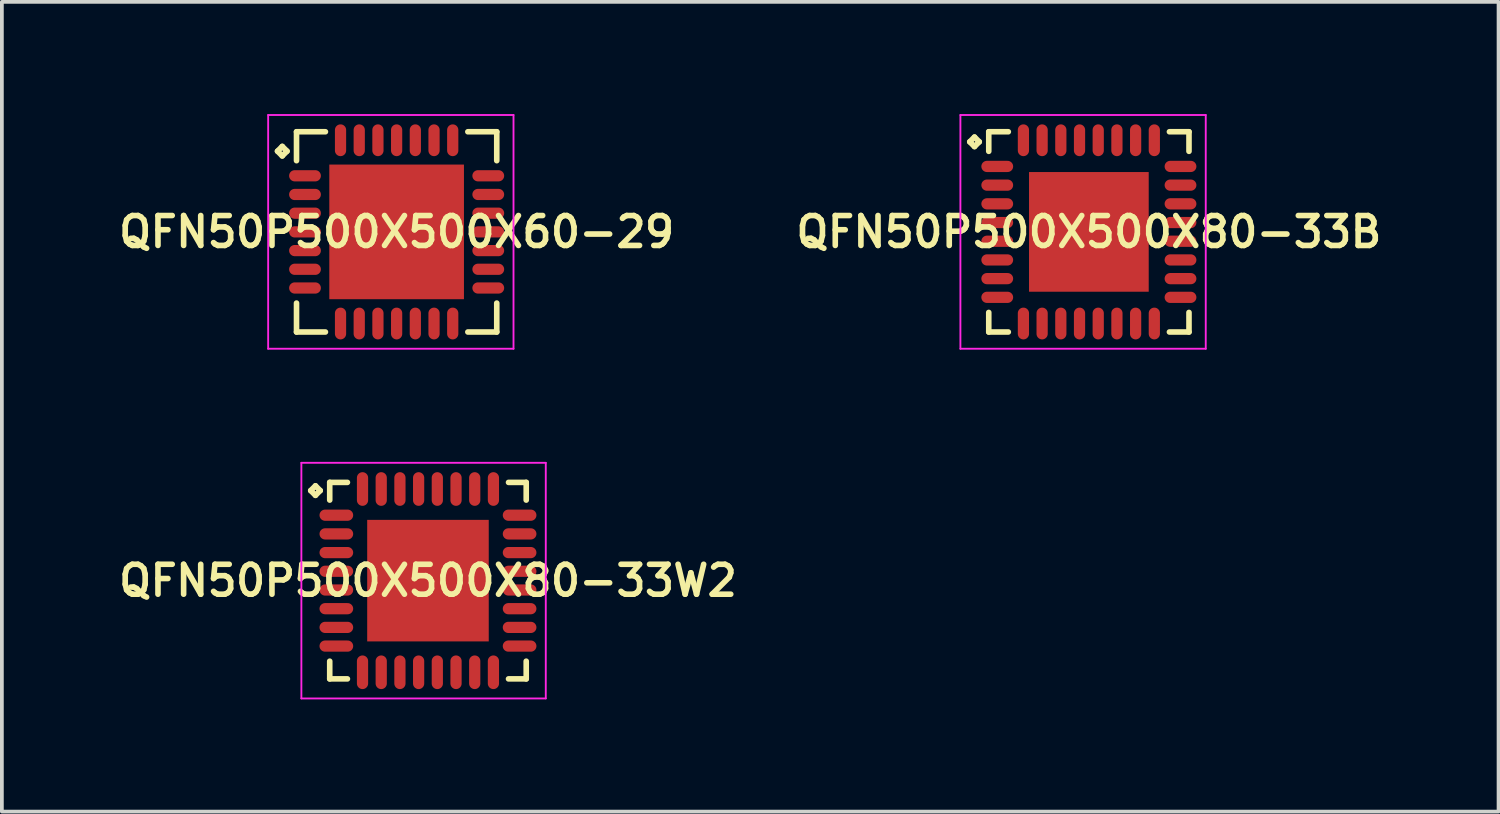
<source format=kicad_pcb>
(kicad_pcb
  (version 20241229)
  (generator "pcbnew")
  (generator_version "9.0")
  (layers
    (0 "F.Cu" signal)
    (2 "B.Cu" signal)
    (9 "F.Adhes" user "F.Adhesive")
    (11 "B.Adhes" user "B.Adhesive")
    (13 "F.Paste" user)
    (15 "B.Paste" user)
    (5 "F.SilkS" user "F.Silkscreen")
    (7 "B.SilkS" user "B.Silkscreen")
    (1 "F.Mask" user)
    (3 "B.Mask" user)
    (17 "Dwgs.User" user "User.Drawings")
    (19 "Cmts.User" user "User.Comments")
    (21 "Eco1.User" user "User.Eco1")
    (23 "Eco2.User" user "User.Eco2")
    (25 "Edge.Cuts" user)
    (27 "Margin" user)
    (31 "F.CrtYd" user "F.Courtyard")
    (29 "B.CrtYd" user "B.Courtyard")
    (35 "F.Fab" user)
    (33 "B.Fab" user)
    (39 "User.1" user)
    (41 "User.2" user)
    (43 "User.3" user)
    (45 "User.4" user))
  (footprint "QFN50P500X500X60-29"
    (layer "F.Cu")
    (at 7.555 3.15)
    (property "Reference" "QFN50P500X500X60-29" (at 0 0 0) (layer "F.SilkS") (effects (font (size 0.8 0.8) (thickness 0.15))))
    (attr smd)
    (fp_line (start -3.185 -2.158) (end -3.058 -2.285) (stroke (width 0.15) (type solid)) (layer "F.SilkS"))
    (fp_line (start -3.058 -2.285) (end -2.931 -2.158) (stroke (width 0.15) (type solid)) (layer "F.SilkS"))
    (fp_line (start -3.058 -2.031) (end -3.185 -2.158) (stroke (width 0.15) (type solid)) (layer "F.SilkS"))
    (fp_line (start -2.931 -2.158) (end -3.058 -2.031) (stroke (width 0.15) (type solid)) (layer "F.SilkS"))
    (fp_line (start -2.677 -2.677) (end -1.904 -2.677) (stroke (width 0.15) (type solid)) (layer "F.SilkS"))
    (fp_line (start -2.677 -1.904) (end -2.677 -2.677) (stroke (width 0.15) (type solid)) (layer "F.SilkS"))
    (fp_line (start -2.677 1.904) (end -2.677 2.677) (stroke (width 0.15) (type solid)) (layer "F.SilkS"))
    (fp_line (start -2.677 2.677) (end -1.904 2.677) (stroke (width 0.15) (type solid)) (layer "F.SilkS"))
    (fp_line (start 1.904 -2.677) (end 2.677 -2.677) (stroke (width 0.15) (type solid)) (layer "F.SilkS"))
    (fp_line (start 1.904 2.677) (end 2.677 2.677) (stroke (width 0.15) (type solid)) (layer "F.SilkS"))
    (fp_line (start 2.677 -2.677) (end 2.677 -1.904) (stroke (width 0.15) (type solid)) (layer "F.SilkS"))
    (fp_line (start 2.677 2.677) (end 2.677 1.904) (stroke (width 0.15) (type solid)) (layer "F.SilkS"))
    (fp_line (start -3.435 -3.125) (end 3.125 -3.125) (stroke (width 0.05) (type solid)) (layer "F.CrtYd"))
    (fp_line (start -3.435 3.125) (end -3.435 -3.125) (stroke (width 0.05) (type solid)) (layer "F.CrtYd"))
    (fp_line (start 3.125 -3.125) (end 3.125 3.125) (stroke (width 0.05) (type solid)) (layer "F.CrtYd"))
    (fp_line (start 3.125 3.125) (end -3.435 3.125) (stroke (width 0.05) (type solid)) (layer "F.CrtYd"))
    (pad "1" smd oval (at -2.45 -1.5) (size 0.85 0.3) (layers "F.Cu" "F.Mask" "F.Paste"))
    (pad "2" smd oval (at -2.45 -1) (size 0.85 0.3) (layers "F.Cu" "F.Mask" "F.Paste"))
    (pad "3" smd oval (at -2.45 -0.5) (size 0.85 0.3) (layers "F.Cu" "F.Mask" "F.Paste"))
    (pad "4" smd oval (at -2.45 0) (size 0.85 0.3) (layers "F.Cu" "F.Mask" "F.Paste"))
    (pad "5" smd oval (at -2.45 0.5) (size 0.85 0.3) (layers "F.Cu" "F.Mask" "F.Paste"))
    (pad "6" smd oval (at -2.45 1) (size 0.85 0.3) (layers "F.Cu" "F.Mask" "F.Paste"))
    (pad "7" smd oval (at -2.45 1.5) (size 0.85 0.3) (layers "F.Cu" "F.Mask" "F.Paste"))
    (pad "8" smd oval (at -1.5 2.45) (size 0.3 0.85) (layers "F.Cu" "F.Mask" "F.Paste"))
    (pad "9" smd oval (at -1 2.45) (size 0.3 0.85) (layers "F.Cu" "F.Mask" "F.Paste"))
    (pad "10" smd oval (at -0.5 2.45) (size 0.3 0.85) (layers "F.Cu" "F.Mask" "F.Paste"))
    (pad "11" smd oval (at 0 2.45) (size 0.3 0.85) (layers "F.Cu" "F.Mask" "F.Paste"))
    (pad "12" smd oval (at 0.5 2.45) (size 0.3 0.85) (layers "F.Cu" "F.Mask" "F.Paste"))
    (pad "13" smd oval (at 1 2.45) (size 0.3 0.85) (layers "F.Cu" "F.Mask" "F.Paste"))
    (pad "14" smd oval (at 1.5 2.45) (size 0.3 0.85) (layers "F.Cu" "F.Mask" "F.Paste"))
    (pad "15" smd oval (at 2.45 1.5) (size 0.85 0.3) (layers "F.Cu" "F.Mask" "F.Paste"))
    (pad "16" smd oval (at 2.45 1) (size 0.85 0.3) (layers "F.Cu" "F.Mask" "F.Paste"))
    (pad "17" smd oval (at 2.45 0.5) (size 0.85 0.3) (layers "F.Cu" "F.Mask" "F.Paste"))
    (pad "18" smd oval (at 2.45 0) (size 0.85 0.3) (layers "F.Cu" "F.Mask" "F.Paste"))
    (pad "19" smd oval (at 2.45 -0.5) (size 0.85 0.3) (layers "F.Cu" "F.Mask" "F.Paste"))
    (pad "20" smd oval (at 2.45 -1) (size 0.85 0.3) (layers "F.Cu" "F.Mask" "F.Paste"))
    (pad "21" smd oval (at 2.45 -1.5) (size 0.85 0.3) (layers "F.Cu" "F.Mask" "F.Paste"))
    (pad "22" smd oval (at 1.5 -2.45) (size 0.3 0.85) (layers "F.Cu" "F.Mask" "F.Paste"))
    (pad "23" smd oval (at 1 -2.45) (size 0.3 0.85) (layers "F.Cu" "F.Mask" "F.Paste"))
    (pad "24" smd oval (at 0.5 -2.45) (size 0.3 0.85) (layers "F.Cu" "F.Mask" "F.Paste"))
    (pad "25" smd oval (at 0 -2.45) (size 0.3 0.85) (layers "F.Cu" "F.Mask" "F.Paste"))
    (pad "26" smd oval (at -0.5 -2.45) (size 0.3 0.85) (layers "F.Cu" "F.Mask" "F.Paste"))
    (pad "27" smd oval (at -1 -2.45) (size 0.3 0.85) (layers "F.Cu" "F.Mask" "F.Paste"))
    (pad "28" smd oval (at -1.5 -2.45) (size 0.3 0.85) (layers "F.Cu" "F.Mask" "F.Paste"))
    (pad "29" smd rect (at 0 0) (size 3.6 3.6) (layers "F.Cu" "F.Mask" "F.Paste")))
  (footprint "QFN50P500X500X80-33B"
    (layer "F.Cu")
    (at 26.064 3.15)
    (property "Reference" "QFN50P500X500X80-33B" (at 0 0 0) (layer "F.SilkS") (effects (font (size 0.8 0.8) (thickness 0.15))))
    (attr smd)
    (fp_line (start -3.185 -2.408) (end -3.058 -2.535) (stroke (width 0.15) (type solid)) (layer "F.SilkS"))
    (fp_line (start -3.058 -2.535) (end -2.931 -2.408) (stroke (width 0.15) (type solid)) (layer "F.SilkS"))
    (fp_line (start -3.058 -2.281) (end -3.185 -2.408) (stroke (width 0.15) (type solid)) (layer "F.SilkS"))
    (fp_line (start -2.931 -2.408) (end -3.058 -2.281) (stroke (width 0.15) (type solid)) (layer "F.SilkS"))
    (fp_line (start -2.677 -2.677) (end -2.154 -2.677) (stroke (width 0.15) (type solid)) (layer "F.SilkS"))
    (fp_line (start -2.677 -2.154) (end -2.677 -2.677) (stroke (width 0.15) (type solid)) (layer "F.SilkS"))
    (fp_line (start -2.677 2.154) (end -2.677 2.677) (stroke (width 0.15) (type solid)) (layer "F.SilkS"))
    (fp_line (start -2.677 2.677) (end -2.154 2.677) (stroke (width 0.15) (type solid)) (layer "F.SilkS"))
    (fp_line (start 2.154 -2.677) (end 2.677 -2.677) (stroke (width 0.15) (type solid)) (layer "F.SilkS"))
    (fp_line (start 2.154 2.677) (end 2.677 2.677) (stroke (width 0.15) (type solid)) (layer "F.SilkS"))
    (fp_line (start 2.677 -2.677) (end 2.677 -2.154) (stroke (width 0.15) (type solid)) (layer "F.SilkS"))
    (fp_line (start 2.677 2.677) (end 2.677 2.154) (stroke (width 0.15) (type solid)) (layer "F.SilkS"))
    (fp_line (start -3.435 -3.125) (end 3.125 -3.125) (stroke (width 0.05) (type solid)) (layer "F.CrtYd"))
    (fp_line (start -3.435 3.125) (end -3.435 -3.125) (stroke (width 0.05) (type solid)) (layer "F.CrtYd"))
    (fp_line (start 3.125 -3.125) (end 3.125 3.125) (stroke (width 0.05) (type solid)) (layer "F.CrtYd"))
    (fp_line (start 3.125 3.125) (end -3.435 3.125) (stroke (width 0.05) (type solid)) (layer "F.CrtYd"))
    (pad "1" smd oval (at -2.45 -1.75) (size 0.85 0.3) (layers "F.Cu" "F.Mask" "F.Paste"))
    (pad "2" smd oval (at -2.45 -1.25) (size 0.85 0.3) (layers "F.Cu" "F.Mask" "F.Paste"))
    (pad "3" smd oval (at -2.45 -0.75) (size 0.85 0.3) (layers "F.Cu" "F.Mask" "F.Paste"))
    (pad "4" smd oval (at -2.45 -0.25) (size 0.85 0.3) (layers "F.Cu" "F.Mask" "F.Paste"))
    (pad "5" smd oval (at -2.45 0.25) (size 0.85 0.3) (layers "F.Cu" "F.Mask" "F.Paste"))
    (pad "6" smd oval (at -2.45 0.75) (size 0.85 0.3) (layers "F.Cu" "F.Mask" "F.Paste"))
    (pad "7" smd oval (at -2.45 1.25) (size 0.85 0.3) (layers "F.Cu" "F.Mask" "F.Paste"))
    (pad "8" smd oval (at -2.45 1.75) (size 0.85 0.3) (layers "F.Cu" "F.Mask" "F.Paste"))
    (pad "9" smd oval (at -1.75 2.45) (size 0.3 0.85) (layers "F.Cu" "F.Mask" "F.Paste"))
    (pad "10" smd oval (at -1.25 2.45) (size 0.3 0.85) (layers "F.Cu" "F.Mask" "F.Paste"))
    (pad "11" smd oval (at -0.75 2.45) (size 0.3 0.85) (layers "F.Cu" "F.Mask" "F.Paste"))
    (pad "12" smd oval (at -0.25 2.45) (size 0.3 0.85) (layers "F.Cu" "F.Mask" "F.Paste"))
    (pad "13" smd oval (at 0.25 2.45) (size 0.3 0.85) (layers "F.Cu" "F.Mask" "F.Paste"))
    (pad "14" smd oval (at 0.75 2.45) (size 0.3 0.85) (layers "F.Cu" "F.Mask" "F.Paste"))
    (pad "15" smd oval (at 1.25 2.45) (size 0.3 0.85) (layers "F.Cu" "F.Mask" "F.Paste"))
    (pad "16" smd oval (at 1.75 2.45) (size 0.3 0.85) (layers "F.Cu" "F.Mask" "F.Paste"))
    (pad "17" smd oval (at 2.45 1.75) (size 0.85 0.3) (layers "F.Cu" "F.Mask" "F.Paste"))
    (pad "18" smd oval (at 2.45 1.25) (size 0.85 0.3) (layers "F.Cu" "F.Mask" "F.Paste"))
    (pad "19" smd oval (at 2.45 0.75) (size 0.85 0.3) (layers "F.Cu" "F.Mask" "F.Paste"))
    (pad "20" smd oval (at 2.45 0.25) (size 0.85 0.3) (layers "F.Cu" "F.Mask" "F.Paste"))
    (pad "21" smd oval (at 2.45 -0.25) (size 0.85 0.3) (layers "F.Cu" "F.Mask" "F.Paste"))
    (pad "22" smd oval (at 2.45 -0.75) (size 0.85 0.3) (layers "F.Cu" "F.Mask" "F.Paste"))
    (pad "23" smd oval (at 2.45 -1.25) (size 0.85 0.3) (layers "F.Cu" "F.Mask" "F.Paste"))
    (pad "24" smd oval (at 2.45 -1.75) (size 0.85 0.3) (layers "F.Cu" "F.Mask" "F.Paste"))
    (pad "25" smd oval (at 1.75 -2.45) (size 0.3 0.85) (layers "F.Cu" "F.Mask" "F.Paste"))
    (pad "26" smd oval (at 1.25 -2.45) (size 0.3 0.85) (layers "F.Cu" "F.Mask" "F.Paste"))
    (pad "27" smd oval (at 0.75 -2.45) (size 0.3 0.85) (layers "F.Cu" "F.Mask" "F.Paste"))
    (pad "28" smd oval (at 0.25 -2.45) (size 0.3 0.85) (layers "F.Cu" "F.Mask" "F.Paste"))
    (pad "29" smd oval (at -0.25 -2.45) (size 0.3 0.85) (layers "F.Cu" "F.Mask" "F.Paste"))
    (pad "30" smd oval (at -0.75 -2.45) (size 0.3 0.85) (layers "F.Cu" "F.Mask" "F.Paste"))
    (pad "31" smd oval (at -1.25 -2.45) (size 0.3 0.85) (layers "F.Cu" "F.Mask" "F.Paste"))
    (pad "32" smd oval (at -1.75 -2.45) (size 0.3 0.85) (layers "F.Cu" "F.Mask" "F.Paste"))
    (pad "33" smd rect (at 0 0) (size 3.2 3.2) (layers "F.Cu" "F.Mask" "F.Paste")))
  (footprint "QFN50P500X500X80-33W2"
    (layer "F.Cu")
    (at 8.393 12.475)
    (property "Reference" "QFN50P500X500X80-33W2" (at 0 0 0) (layer "F.SilkS") (effects (font (size 0.8 0.8) (thickness 0.15))))
    (attr smd)
    (fp_line (start -3.135 -2.408) (end -3.008 -2.535) (stroke (width 0.15) (type solid)) (layer "F.SilkS"))
    (fp_line (start -3.008 -2.535) (end -2.881 -2.408) (stroke (width 0.15) (type solid)) (layer "F.SilkS"))
    (fp_line (start -3.008 -2.281) (end -3.135 -2.408) (stroke (width 0.15) (type solid)) (layer "F.SilkS"))
    (fp_line (start -2.881 -2.408) (end -3.008 -2.281) (stroke (width 0.15) (type solid)) (layer "F.SilkS"))
    (fp_line (start -2.627 -2.627) (end -2.154 -2.627) (stroke (width 0.15) (type solid)) (layer "F.SilkS"))
    (fp_line (start -2.627 -2.154) (end -2.627 -2.627) (stroke (width 0.15) (type solid)) (layer "F.SilkS"))
    (fp_line (start -2.627 2.154) (end -2.627 2.627) (stroke (width 0.15) (type solid)) (layer "F.SilkS"))
    (fp_line (start -2.627 2.627) (end -2.154 2.627) (stroke (width 0.15) (type solid)) (layer "F.SilkS"))
    (fp_line (start 2.154 -2.627) (end 2.627 -2.627) (stroke (width 0.15) (type solid)) (layer "F.SilkS"))
    (fp_line (start 2.154 2.627) (end 2.627 2.627) (stroke (width 0.15) (type solid)) (layer "F.SilkS"))
    (fp_line (start 2.627 -2.627) (end 2.627 -2.154) (stroke (width 0.15) (type solid)) (layer "F.SilkS"))
    (fp_line (start 2.627 2.627) (end 2.627 2.154) (stroke (width 0.15) (type solid)) (layer "F.SilkS"))
    (fp_line (start -3.385 -3.15) (end 3.15 -3.15) (stroke (width 0.05) (type solid)) (layer "F.CrtYd"))
    (fp_line (start -3.385 3.15) (end -3.385 -3.15) (stroke (width 0.05) (type solid)) (layer "F.CrtYd"))
    (fp_line (start 3.15 -3.15) (end 3.15 3.15) (stroke (width 0.05) (type solid)) (layer "F.CrtYd"))
    (fp_line (start 3.15 3.15) (end -3.385 3.15) (stroke (width 0.05) (type solid)) (layer "F.CrtYd"))
    (pad "1" smd oval (at -2.45 -1.75) (size 0.9 0.3) (layers "F.Cu" "F.Mask" "F.Paste"))
    (pad "2" smd oval (at -2.45 -1.25) (size 0.9 0.3) (layers "F.Cu" "F.Mask" "F.Paste"))
    (pad "3" smd oval (at -2.45 -0.75) (size 0.9 0.3) (layers "F.Cu" "F.Mask" "F.Paste"))
    (pad "4" smd oval (at -2.45 -0.25) (size 0.9 0.3) (layers "F.Cu" "F.Mask" "F.Paste"))
    (pad "5" smd oval (at -2.45 0.25) (size 0.9 0.3) (layers "F.Cu" "F.Mask" "F.Paste"))
    (pad "6" smd oval (at -2.45 0.75) (size 0.9 0.3) (layers "F.Cu" "F.Mask" "F.Paste"))
    (pad "7" smd oval (at -2.45 1.25) (size 0.9 0.3) (layers "F.Cu" "F.Mask" "F.Paste"))
    (pad "8" smd oval (at -2.45 1.75) (size 0.9 0.3) (layers "F.Cu" "F.Mask" "F.Paste"))
    (pad "9" smd oval (at -1.75 2.45) (size 0.3 0.9) (layers "F.Cu" "F.Mask" "F.Paste"))
    (pad "10" smd oval (at -1.25 2.45) (size 0.3 0.9) (layers "F.Cu" "F.Mask" "F.Paste"))
    (pad "11" smd oval (at -0.75 2.45) (size 0.3 0.9) (layers "F.Cu" "F.Mask" "F.Paste"))
    (pad "12" smd oval (at -0.25 2.45) (size 0.3 0.9) (layers "F.Cu" "F.Mask" "F.Paste"))
    (pad "13" smd oval (at 0.25 2.45) (size 0.3 0.9) (layers "F.Cu" "F.Mask" "F.Paste"))
    (pad "14" smd oval (at 0.75 2.45) (size 0.3 0.9) (layers "F.Cu" "F.Mask" "F.Paste"))
    (pad "15" smd oval (at 1.25 2.45) (size 0.3 0.9) (layers "F.Cu" "F.Mask" "F.Paste"))
    (pad "16" smd oval (at 1.75 2.45) (size 0.3 0.9) (layers "F.Cu" "F.Mask" "F.Paste"))
    (pad "17" smd oval (at 2.45 1.75) (size 0.9 0.3) (layers "F.Cu" "F.Mask" "F.Paste"))
    (pad "18" smd oval (at 2.45 1.25) (size 0.9 0.3) (layers "F.Cu" "F.Mask" "F.Paste"))
    (pad "19" smd oval (at 2.45 0.75) (size 0.9 0.3) (layers "F.Cu" "F.Mask" "F.Paste"))
    (pad "20" smd oval (at 2.45 0.25) (size 0.9 0.3) (layers "F.Cu" "F.Mask" "F.Paste"))
    (pad "21" smd oval (at 2.45 -0.25) (size 0.9 0.3) (layers "F.Cu" "F.Mask" "F.Paste"))
    (pad "22" smd oval (at 2.45 -0.75) (size 0.9 0.3) (layers "F.Cu" "F.Mask" "F.Paste"))
    (pad "23" smd oval (at 2.45 -1.25) (size 0.9 0.3) (layers "F.Cu" "F.Mask" "F.Paste"))
    (pad "24" smd oval (at 2.45 -1.75) (size 0.9 0.3) (layers "F.Cu" "F.Mask" "F.Paste"))
    (pad "25" smd oval (at 1.75 -2.45) (size 0.3 0.9) (layers "F.Cu" "F.Mask" "F.Paste"))
    (pad "26" smd oval (at 1.25 -2.45) (size 0.3 0.9) (layers "F.Cu" "F.Mask" "F.Paste"))
    (pad "27" smd oval (at 0.75 -2.45) (size 0.3 0.9) (layers "F.Cu" "F.Mask" "F.Paste"))
    (pad "28" smd oval (at 0.25 -2.45) (size 0.3 0.9) (layers "F.Cu" "F.Mask" "F.Paste"))
    (pad "29" smd oval (at -0.25 -2.45) (size 0.3 0.9) (layers "F.Cu" "F.Mask" "F.Paste"))
    (pad "30" smd oval (at -0.75 -2.45) (size 0.3 0.9) (layers "F.Cu" "F.Mask" "F.Paste"))
    (pad "31" smd oval (at -1.25 -2.45) (size 0.3 0.9) (layers "F.Cu" "F.Mask" "F.Paste"))
    (pad "32" smd oval (at -1.75 -2.45) (size 0.3 0.9) (layers "F.Cu" "F.Mask" "F.Paste"))
    (pad "33" smd rect (at 0 0) (size 3.25 3.25) (layers "F.Cu" "F.Mask" "F.Paste")))
  (gr_rect
    (start -3 -3)
    (end 37.018 18.65)
    (stroke (width 0.1) (type default))
    (fill no)
    (layer "Edge.Cuts")))
</source>
